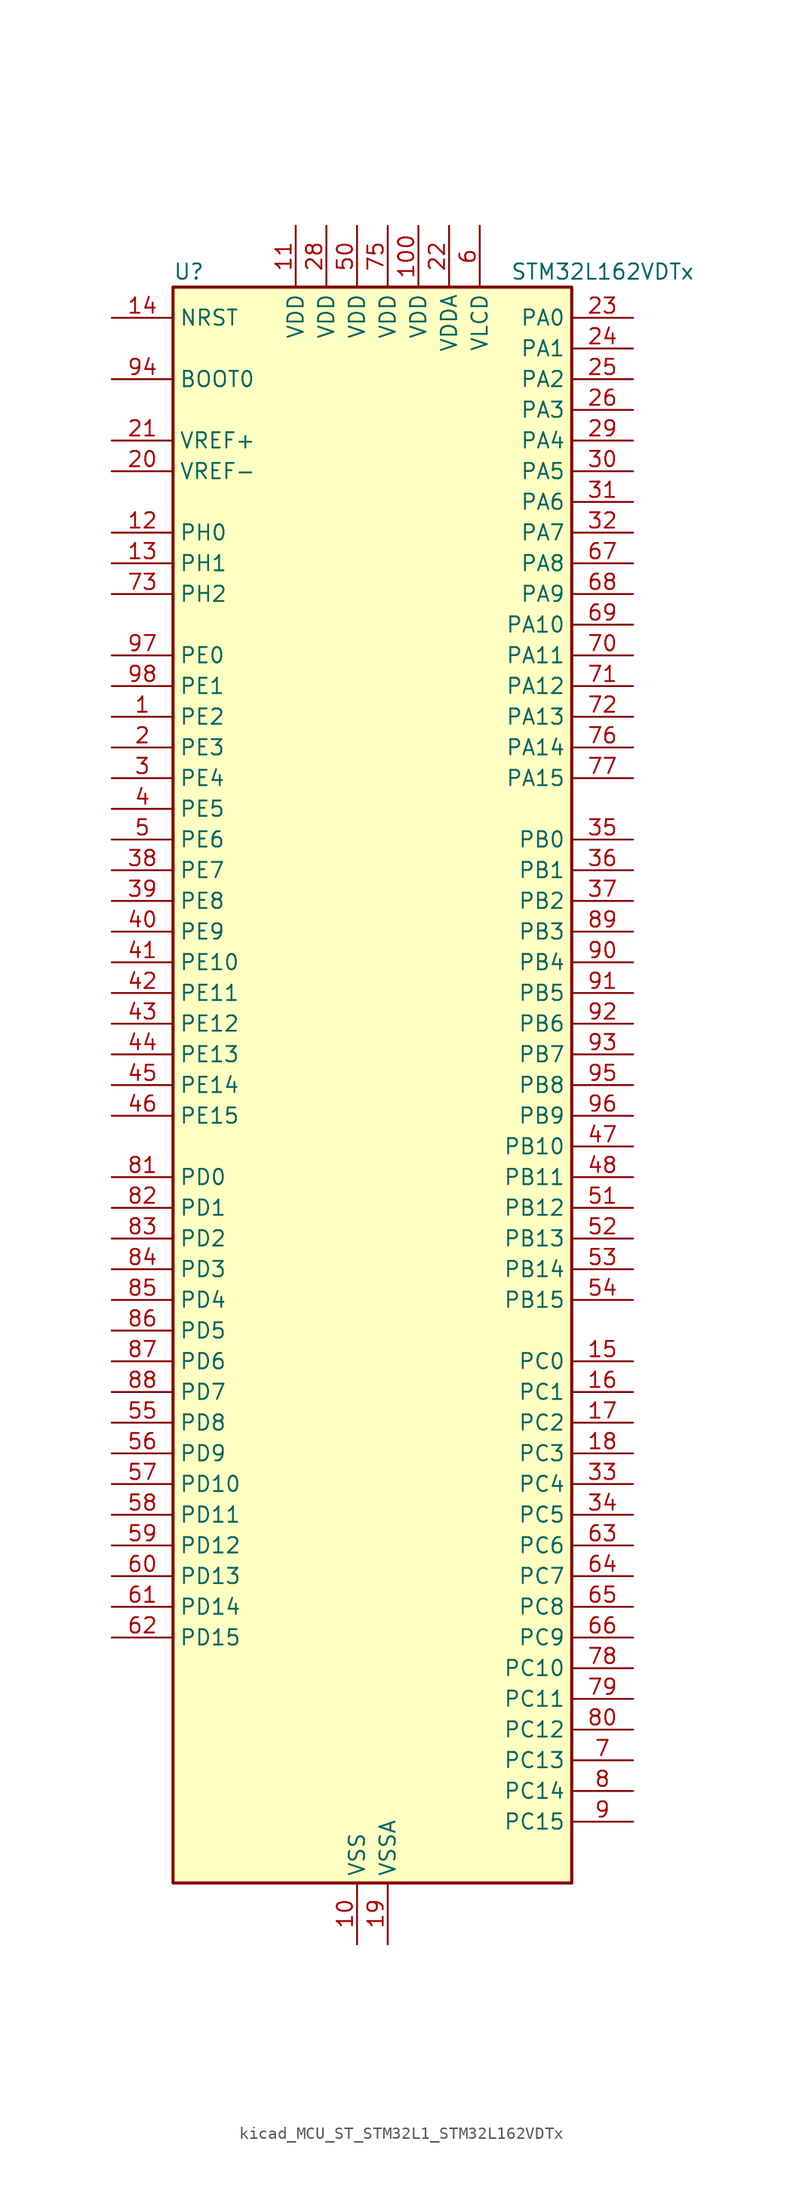
<source format=kicad_sym>
(kicad_symbol_lib
  (version 20220914)
  (generator kicad_symbol_editor)
  (symbol "kicad_MCU_ST_STM32L1_STM32L162VDTx"
    (property "Reference" "U"
      (at -15.24 67.31 0)
      (effects (font (size 1.27 1.27)) (justify left)))
    (property "Value" "STM32L162VDTx"
      (at 12.7 67.31 0)
      (effects (font (size 1.27 1.27)) (justify left)))
    (property "ki_locked" ""
      (at 0 0 0)
      (effects (font (size 1.27 1.27))))
    (symbol "kicad_MCU_ST_STM32L1_STM32L162VDTx_0_1"
      (rectangle (start -15.24 -66.04) (end 17.78 66.04) (stroke (width 0.254) (type default)) (fill (type background))))
    (symbol "kicad_MCU_ST_STM32L1_STM32L162VDTx_1_1"
      (pin bidirectional line (at -20.32 30.48 0) (length 5.08) (name "PE2" (effects (font (size 1.27 1.27)))) (number "1" (effects (font (size 1.27 1.27)))) (alternate "FSMC_A23" bidirectional line) (alternate "LCD_SEG38" bidirectional line) (alternate "SYS_TRACECK" bidirectional line) (alternate "TIM3_ETR" bidirectional line) (alternate "TIMX_IC3" bidirectional line))
      (pin power_in line (at 0 -71.12 90) (length 5.08) (name "VSS" (effects (font (size 1.27 1.27)))) (number "10" (effects (font (size 1.27 1.27)))))
      (pin power_in line (at 5.08 71.12 270) (length 5.08) (name "VDD" (effects (font (size 1.27 1.27)))) (number "100" (effects (font (size 1.27 1.27)))))
      (pin power_in line (at -5.08 71.12 270) (length 5.08) (name "VDD" (effects (font (size 1.27 1.27)))) (number "11" (effects (font (size 1.27 1.27)))))
      (pin bidirectional line (at -20.32 45.72 0) (length 5.08) (name "PH0" (effects (font (size 1.27 1.27)))) (number "12" (effects (font (size 1.27 1.27)))) (alternate "RCC_OSC_IN" bidirectional line))
      (pin bidirectional line (at -20.32 43.18 0) (length 5.08) (name "PH1" (effects (font (size 1.27 1.27)))) (number "13" (effects (font (size 1.27 1.27)))) (alternate "RCC_OSC_OUT" bidirectional line))
      (pin input line (at -20.32 63.5 0) (length 5.08) (name "NRST" (effects (font (size 1.27 1.27)))) (number "14" (effects (font (size 1.27 1.27)))))
      (pin bidirectional line (at 22.86 -22.86 180) (length 5.08) (name "PC0" (effects (font (size 1.27 1.27)))) (number "15" (effects (font (size 1.27 1.27)))) (alternate "ADC_IN10" bidirectional line) (alternate "COMP1_INP" bidirectional line) (alternate "LCD_SEG18" bidirectional line) (alternate "TIMX_IC1" bidirectional line) (alternate "TS_G8_IO1" bidirectional line))
      (pin bidirectional line (at 22.86 -25.4 180) (length 5.08) (name "PC1" (effects (font (size 1.27 1.27)))) (number "16" (effects (font (size 1.27 1.27)))) (alternate "ADC_IN11" bidirectional line) (alternate "COMP1_INP" bidirectional line) (alternate "LCD_SEG19" bidirectional line) (alternate "OPAMP3_VINP" bidirectional line) (alternate "TIMX_IC2" bidirectional line) (alternate "TS_G8_IO2" bidirectional line))
      (pin bidirectional line (at 22.86 -27.94 180) (length 5.08) (name "PC2" (effects (font (size 1.27 1.27)))) (number "17" (effects (font (size 1.27 1.27)))) (alternate "ADC_IN12" bidirectional line) (alternate "COMP1_INP" bidirectional line) (alternate "LCD_SEG20" bidirectional line) (alternate "OPAMP3_VINM" bidirectional line) (alternate "TIMX_IC3" bidirectional line) (alternate "TS_G8_IO3" bidirectional line))
      (pin bidirectional line (at 22.86 -30.48 180) (length 5.08) (name "PC3" (effects (font (size 1.27 1.27)))) (number "18" (effects (font (size 1.27 1.27)))) (alternate "ADC_IN13" bidirectional line) (alternate "COMP1_INP" bidirectional line) (alternate "LCD_SEG21" bidirectional line) (alternate "OPAMP3_VOUT" bidirectional line) (alternate "TIMX_IC4" bidirectional line) (alternate "TS_G8_IO4" bidirectional line))
      (pin power_in line (at 2.54 -71.12 90) (length 5.08) (name "VSSA" (effects (font (size 1.27 1.27)))) (number "19" (effects (font (size 1.27 1.27)))))
      (pin bidirectional line (at -20.32 27.94 0) (length 5.08) (name "PE3" (effects (font (size 1.27 1.27)))) (number "2" (effects (font (size 1.27 1.27)))) (alternate "FSMC_A19" bidirectional line) (alternate "LCD_SEG39" bidirectional line) (alternate "SYS_TRACED0" bidirectional line) (alternate "TIM3_CH1" bidirectional line) (alternate "TIMX_IC4" bidirectional line))
      (pin input line (at -20.32 50.8 0) (length 5.08) (name "VREF-" (effects (font (size 1.27 1.27)))) (number "20" (effects (font (size 1.27 1.27)))))
      (pin input line (at -20.32 53.34 0) (length 5.08) (name "VREF+" (effects (font (size 1.27 1.27)))) (number "21" (effects (font (size 1.27 1.27)))))
      (pin power_in line (at 7.62 71.12 270) (length 5.08) (name "VDDA" (effects (font (size 1.27 1.27)))) (number "22" (effects (font (size 1.27 1.27)))))
      (pin bidirectional line (at 22.86 63.5 180) (length 5.08) (name "PA0" (effects (font (size 1.27 1.27)))) (number "23" (effects (font (size 1.27 1.27)))) (alternate "ADC_IN0" bidirectional line) (alternate "COMP1_INP" bidirectional line) (alternate "RTC_TAMP2" bidirectional line) (alternate "SYS_WKUP1" bidirectional line) (alternate "TIM2_CH1" bidirectional line) (alternate "TIM2_ETR" bidirectional line) (alternate "TIM5_CH1" bidirectional line) (alternate "TIMX_IC1" bidirectional line) (alternate "TS_G1_IO1" bidirectional line) (alternate "USART2_CTS" bidirectional line))
      (pin bidirectional line (at 22.86 60.96 180) (length 5.08) (name "PA1" (effects (font (size 1.27 1.27)))) (number "24" (effects (font (size 1.27 1.27)))) (alternate "ADC_IN1" bidirectional line) (alternate "COMP1_INP" bidirectional line) (alternate "LCD_SEG0" bidirectional line) (alternate "OPAMP1_VINP" bidirectional line) (alternate "TIM2_CH2" bidirectional line) (alternate "TIM5_CH2" bidirectional line) (alternate "TIMX_IC2" bidirectional line) (alternate "TS_G1_IO2" bidirectional line) (alternate "USART2_RTS" bidirectional line))
      (pin bidirectional line (at 22.86 58.42 180) (length 5.08) (name "PA2" (effects (font (size 1.27 1.27)))) (number "25" (effects (font (size 1.27 1.27)))) (alternate "ADC_IN2" bidirectional line) (alternate "COMP1_INP" bidirectional line) (alternate "LCD_SEG1" bidirectional line) (alternate "OPAMP1_VINM" bidirectional line) (alternate "TIM2_CH3" bidirectional line) (alternate "TIM5_CH3" bidirectional line) (alternate "TIM9_CH1" bidirectional line) (alternate "TIMX_IC3" bidirectional line) (alternate "TS_G1_IO3" bidirectional line) (alternate "USART2_TX" bidirectional line))
      (pin bidirectional line (at 22.86 55.88 180) (length 5.08) (name "PA3" (effects (font (size 1.27 1.27)))) (number "26" (effects (font (size 1.27 1.27)))) (alternate "ADC_IN3" bidirectional line) (alternate "COMP1_INP" bidirectional line) (alternate "LCD_SEG2" bidirectional line) (alternate "OPAMP1_VOUT" bidirectional line) (alternate "TIM2_CH4" bidirectional line) (alternate "TIM5_CH4" bidirectional line) (alternate "TIM9_CH2" bidirectional line) (alternate "TIMX_IC4" bidirectional line) (alternate "TS_G1_IO4" bidirectional line) (alternate "USART2_RX" bidirectional line))
      (pin passive line (at 0 -71.12 90) (length 5.08) hide (name "VSS" (effects (font (size 1.27 1.27)))) (number "27" (effects (font (size 1.27 1.27)))))
      (pin power_in line (at -2.54 71.12 270) (length 5.08) (name "VDD" (effects (font (size 1.27 1.27)))) (number "28" (effects (font (size 1.27 1.27)))))
      (pin bidirectional line (at 22.86 53.34 180) (length 5.08) (name "PA4" (effects (font (size 1.27 1.27)))) (number "29" (effects (font (size 1.27 1.27)))) (alternate "ADC_IN4" bidirectional line) (alternate "COMP1_INP" bidirectional line) (alternate "DAC_OUT1" bidirectional line) (alternate "I2S3_WS" bidirectional line) (alternate "SPI1_NSS" bidirectional line) (alternate "SPI3_NSS" bidirectional line) (alternate "TIMX_IC1" bidirectional line) (alternate "USART2_CK" bidirectional line))
      (pin bidirectional line (at -20.32 25.4 0) (length 5.08) (name "PE4" (effects (font (size 1.27 1.27)))) (number "3" (effects (font (size 1.27 1.27)))) (alternate "FSMC_A20" bidirectional line) (alternate "SYS_TRACED1" bidirectional line) (alternate "TIM3_CH2" bidirectional line) (alternate "TIMX_IC1" bidirectional line))
      (pin bidirectional line (at 22.86 50.8 180) (length 5.08) (name "PA5" (effects (font (size 1.27 1.27)))) (number "30" (effects (font (size 1.27 1.27)))) (alternate "ADC_IN5" bidirectional line) (alternate "COMP1_INP" bidirectional line) (alternate "DAC_OUT2" bidirectional line) (alternate "SPI1_SCK" bidirectional line) (alternate "TIM2_CH1" bidirectional line) (alternate "TIM2_ETR" bidirectional line) (alternate "TIMX_IC2" bidirectional line))
      (pin bidirectional line (at 22.86 48.26 180) (length 5.08) (name "PA6" (effects (font (size 1.27 1.27)))) (number "31" (effects (font (size 1.27 1.27)))) (alternate "ADC_IN6" bidirectional line) (alternate "COMP1_INP" bidirectional line) (alternate "LCD_SEG3" bidirectional line) (alternate "OPAMP2_VINP" bidirectional line) (alternate "SPI1_MISO" bidirectional line) (alternate "TIM10_CH1" bidirectional line) (alternate "TIM3_CH1" bidirectional line) (alternate "TIMX_IC3" bidirectional line) (alternate "TS_G2_IO1" bidirectional line))
      (pin bidirectional line (at 22.86 45.72 180) (length 5.08) (name "PA7" (effects (font (size 1.27 1.27)))) (number "32" (effects (font (size 1.27 1.27)))) (alternate "ADC_IN7" bidirectional line) (alternate "COMP1_INP" bidirectional line) (alternate "LCD_SEG4" bidirectional line) (alternate "OPAMP2_VINM" bidirectional line) (alternate "SPI1_MOSI" bidirectional line) (alternate "TIM11_CH1" bidirectional line) (alternate "TIM3_CH2" bidirectional line) (alternate "TIMX_IC4" bidirectional line) (alternate "TS_G2_IO2" bidirectional line))
      (pin bidirectional line (at 22.86 -33.02 180) (length 5.08) (name "PC4" (effects (font (size 1.27 1.27)))) (number "33" (effects (font (size 1.27 1.27)))) (alternate "ADC_IN14" bidirectional line) (alternate "COMP1_INP" bidirectional line) (alternate "LCD_SEG22" bidirectional line) (alternate "TIMX_IC1" bidirectional line) (alternate "TS_G9_IO1" bidirectional line))
      (pin bidirectional line (at 22.86 -35.56 180) (length 5.08) (name "PC5" (effects (font (size 1.27 1.27)))) (number "34" (effects (font (size 1.27 1.27)))) (alternate "ADC_IN15" bidirectional line) (alternate "COMP1_INP" bidirectional line) (alternate "LCD_SEG23" bidirectional line) (alternate "TIMX_IC2" bidirectional line) (alternate "TS_G9_IO2" bidirectional line))
      (pin bidirectional line (at 22.86 20.32 180) (length 5.08) (name "PB0" (effects (font (size 1.27 1.27)))) (number "35" (effects (font (size 1.27 1.27)))) (alternate "ADC_IN8" bidirectional line) (alternate "COMP1_INP" bidirectional line) (alternate "LCD_SEG5" bidirectional line) (alternate "OPAMP2_VOUT" bidirectional line) (alternate "SYS_V_REF_OUT" bidirectional line) (alternate "TIM3_CH3" bidirectional line) (alternate "TS_G3_IO1" bidirectional line))
      (pin bidirectional line (at 22.86 17.78 180) (length 5.08) (name "PB1" (effects (font (size 1.27 1.27)))) (number "36" (effects (font (size 1.27 1.27)))) (alternate "ADC_IN9" bidirectional line) (alternate "COMP1_INP" bidirectional line) (alternate "LCD_SEG6" bidirectional line) (alternate "SYS_V_REF_OUT" bidirectional line) (alternate "TIM3_CH4" bidirectional line) (alternate "TS_G3_IO2" bidirectional line))
      (pin bidirectional line (at 22.86 15.24 180) (length 5.08) (name "PB2" (effects (font (size 1.27 1.27)))) (number "37" (effects (font (size 1.27 1.27)))) (alternate "TS_G3_IO3" bidirectional line))
      (pin bidirectional line (at -20.32 17.78 0) (length 5.08) (name "PE7" (effects (font (size 1.27 1.27)))) (number "38" (effects (font (size 1.27 1.27)))) (alternate "ADC_IN22" bidirectional line) (alternate "COMP1_INP" bidirectional line) (alternate "FSMC_D4" bidirectional line) (alternate "FSMC_DA4" bidirectional line) (alternate "TIMX_IC4" bidirectional line))
      (pin bidirectional line (at -20.32 15.24 0) (length 5.08) (name "PE8" (effects (font (size 1.27 1.27)))) (number "39" (effects (font (size 1.27 1.27)))) (alternate "ADC_IN23" bidirectional line) (alternate "COMP1_INP" bidirectional line) (alternate "FSMC_D5" bidirectional line) (alternate "FSMC_DA5" bidirectional line) (alternate "TIMX_IC1" bidirectional line))
      (pin bidirectional line (at -20.32 22.86 0) (length 5.08) (name "PE5" (effects (font (size 1.27 1.27)))) (number "4" (effects (font (size 1.27 1.27)))) (alternate "FSMC_A21" bidirectional line) (alternate "SYS_TRACED2" bidirectional line) (alternate "TIM9_CH1" bidirectional line) (alternate "TIMX_IC2" bidirectional line))
      (pin bidirectional line (at -20.32 12.7 0) (length 5.08) (name "PE9" (effects (font (size 1.27 1.27)))) (number "40" (effects (font (size 1.27 1.27)))) (alternate "ADC_IN24" bidirectional line) (alternate "COMP1_INP" bidirectional line) (alternate "DAC_EXTI9" bidirectional line) (alternate "FSMC_D6" bidirectional line) (alternate "FSMC_DA6" bidirectional line) (alternate "TIM2_CH1" bidirectional line) (alternate "TIM2_ETR" bidirectional line) (alternate "TIMX_IC2" bidirectional line))
      (pin bidirectional line (at -20.32 10.16 0) (length 5.08) (name "PE10" (effects (font (size 1.27 1.27)))) (number "41" (effects (font (size 1.27 1.27)))) (alternate "ADC_IN25" bidirectional line) (alternate "COMP1_INP" bidirectional line) (alternate "FSMC_D7" bidirectional line) (alternate "FSMC_DA7" bidirectional line) (alternate "TIM2_CH2" bidirectional line) (alternate "TIMX_IC3" bidirectional line))
      (pin bidirectional line (at -20.32 7.62 0) (length 5.08) (name "PE11" (effects (font (size 1.27 1.27)))) (number "42" (effects (font (size 1.27 1.27)))) (alternate "ADC_EXTI11" bidirectional line) (alternate "FSMC_D8" bidirectional line) (alternate "FSMC_DA8" bidirectional line) (alternate "TIM2_CH3" bidirectional line) (alternate "TIMX_IC4" bidirectional line))
      (pin bidirectional line (at -20.32 5.08 0) (length 5.08) (name "PE12" (effects (font (size 1.27 1.27)))) (number "43" (effects (font (size 1.27 1.27)))) (alternate "FSMC_D9" bidirectional line) (alternate "FSMC_DA9" bidirectional line) (alternate "SPI1_NSS" bidirectional line) (alternate "TIM2_CH4" bidirectional line) (alternate "TIMX_IC1" bidirectional line))
      (pin bidirectional line (at -20.32 2.54 0) (length 5.08) (name "PE13" (effects (font (size 1.27 1.27)))) (number "44" (effects (font (size 1.27 1.27)))) (alternate "FSMC_D10" bidirectional line) (alternate "FSMC_DA10" bidirectional line) (alternate "SPI1_SCK" bidirectional line) (alternate "TIMX_IC2" bidirectional line))
      (pin bidirectional line (at -20.32 0 0) (length 5.08) (name "PE14" (effects (font (size 1.27 1.27)))) (number "45" (effects (font (size 1.27 1.27)))) (alternate "FSMC_D11" bidirectional line) (alternate "FSMC_DA11" bidirectional line) (alternate "SPI1_MISO" bidirectional line) (alternate "TIMX_IC3" bidirectional line))
      (pin bidirectional line (at -20.32 -2.54 0) (length 5.08) (name "PE15" (effects (font (size 1.27 1.27)))) (number "46" (effects (font (size 1.27 1.27)))) (alternate "ADC_EXTI15" bidirectional line) (alternate "FSMC_D12" bidirectional line) (alternate "FSMC_DA12" bidirectional line) (alternate "SPI1_MOSI" bidirectional line) (alternate "TIMX_IC4" bidirectional line))
      (pin bidirectional line (at 22.86 -5.08 180) (length 5.08) (name "PB10" (effects (font (size 1.27 1.27)))) (number "47" (effects (font (size 1.27 1.27)))) (alternate "I2C2_SCL" bidirectional line) (alternate "LCD_SEG10" bidirectional line) (alternate "TIM2_CH3" bidirectional line) (alternate "USART3_TX" bidirectional line))
      (pin bidirectional line (at 22.86 -7.62 180) (length 5.08) (name "PB11" (effects (font (size 1.27 1.27)))) (number "48" (effects (font (size 1.27 1.27)))) (alternate "ADC_EXTI11" bidirectional line) (alternate "I2C2_SDA" bidirectional line) (alternate "LCD_SEG11" bidirectional line) (alternate "TIM2_CH4" bidirectional line) (alternate "USART3_RX" bidirectional line))
      (pin passive line (at 0 -71.12 90) (length 5.08) hide (name "VSS" (effects (font (size 1.27 1.27)))) (number "49" (effects (font (size 1.27 1.27)))))
      (pin bidirectional line (at -20.32 20.32 0) (length 5.08) (name "PE6" (effects (font (size 1.27 1.27)))) (number "5" (effects (font (size 1.27 1.27)))) (alternate "RTC_TAMP3" bidirectional line) (alternate "SYS_TRACED3" bidirectional line) (alternate "SYS_WKUP3" bidirectional line) (alternate "TIM9_CH2" bidirectional line) (alternate "TIMX_IC3" bidirectional line))
      (pin power_in line (at 0 71.12 270) (length 5.08) (name "VDD" (effects (font (size 1.27 1.27)))) (number "50" (effects (font (size 1.27 1.27)))))
      (pin bidirectional line (at 22.86 -10.16 180) (length 5.08) (name "PB12" (effects (font (size 1.27 1.27)))) (number "51" (effects (font (size 1.27 1.27)))) (alternate "ADC_IN18" bidirectional line) (alternate "COMP1_INP" bidirectional line) (alternate "I2C2_SMBA" bidirectional line) (alternate "I2S2_WS" bidirectional line) (alternate "LCD_SEG12" bidirectional line) (alternate "SPI2_NSS" bidirectional line) (alternate "TIM10_CH1" bidirectional line) (alternate "TS_G7_IO1" bidirectional line) (alternate "USART3_CK" bidirectional line))
      (pin bidirectional line (at 22.86 -12.7 180) (length 5.08) (name "PB13" (effects (font (size 1.27 1.27)))) (number "52" (effects (font (size 1.27 1.27)))) (alternate "ADC_IN19" bidirectional line) (alternate "COMP1_INP" bidirectional line) (alternate "I2S2_CK" bidirectional line) (alternate "LCD_SEG13" bidirectional line) (alternate "SPI2_SCK" bidirectional line) (alternate "TIM9_CH1" bidirectional line) (alternate "TS_G7_IO2" bidirectional line) (alternate "USART3_CTS" bidirectional line))
      (pin bidirectional line (at 22.86 -15.24 180) (length 5.08) (name "PB14" (effects (font (size 1.27 1.27)))) (number "53" (effects (font (size 1.27 1.27)))) (alternate "ADC_IN20" bidirectional line) (alternate "COMP1_INP" bidirectional line) (alternate "LCD_SEG14" bidirectional line) (alternate "SPI2_MISO" bidirectional line) (alternate "TIM9_CH2" bidirectional line) (alternate "TS_G7_IO3" bidirectional line) (alternate "USART3_RTS" bidirectional line))
      (pin bidirectional line (at 22.86 -17.78 180) (length 5.08) (name "PB15" (effects (font (size 1.27 1.27)))) (number "54" (effects (font (size 1.27 1.27)))) (alternate "ADC_EXTI15" bidirectional line) (alternate "ADC_IN21" bidirectional line) (alternate "COMP1_INP" bidirectional line) (alternate "I2S2_SD" bidirectional line) (alternate "LCD_SEG15" bidirectional line) (alternate "RTC_REFIN" bidirectional line) (alternate "SPI2_MOSI" bidirectional line) (alternate "TIM11_CH1" bidirectional line) (alternate "TS_G7_IO4" bidirectional line))
      (pin bidirectional line (at -20.32 -27.94 0) (length 5.08) (name "PD8" (effects (font (size 1.27 1.27)))) (number "55" (effects (font (size 1.27 1.27)))) (alternate "FSMC_D13" bidirectional line) (alternate "FSMC_DA13" bidirectional line) (alternate "LCD_SEG28" bidirectional line) (alternate "TIMX_IC1" bidirectional line) (alternate "USART3_TX" bidirectional line))
      (pin bidirectional line (at -20.32 -30.48 0) (length 5.08) (name "PD9" (effects (font (size 1.27 1.27)))) (number "56" (effects (font (size 1.27 1.27)))) (alternate "DAC_EXTI9" bidirectional line) (alternate "FSMC_D14" bidirectional line) (alternate "FSMC_DA14" bidirectional line) (alternate "LCD_SEG29" bidirectional line) (alternate "TIMX_IC2" bidirectional line) (alternate "USART3_RX" bidirectional line))
      (pin bidirectional line (at -20.32 -33.02 0) (length 5.08) (name "PD10" (effects (font (size 1.27 1.27)))) (number "57" (effects (font (size 1.27 1.27)))) (alternate "FSMC_D15" bidirectional line) (alternate "FSMC_DA15" bidirectional line) (alternate "LCD_SEG30" bidirectional line) (alternate "TIMX_IC3" bidirectional line) (alternate "USART3_CK" bidirectional line))
      (pin bidirectional line (at -20.32 -35.56 0) (length 5.08) (name "PD11" (effects (font (size 1.27 1.27)))) (number "58" (effects (font (size 1.27 1.27)))) (alternate "ADC_EXTI11" bidirectional line) (alternate "FSMC_A16" bidirectional line) (alternate "LCD_SEG31" bidirectional line) (alternate "TIMX_IC4" bidirectional line) (alternate "USART3_CTS" bidirectional line))
      (pin bidirectional line (at -20.32 -38.1 0) (length 5.08) (name "PD12" (effects (font (size 1.27 1.27)))) (number "59" (effects (font (size 1.27 1.27)))) (alternate "FSMC_A17" bidirectional line) (alternate "LCD_SEG32" bidirectional line) (alternate "TIM4_CH1" bidirectional line) (alternate "TIMX_IC1" bidirectional line) (alternate "USART3_RTS" bidirectional line))
      (pin power_in line (at 10.16 71.12 270) (length 5.08) (name "VLCD" (effects (font (size 1.27 1.27)))) (number "6" (effects (font (size 1.27 1.27)))))
      (pin bidirectional line (at -20.32 -40.64 0) (length 5.08) (name "PD13" (effects (font (size 1.27 1.27)))) (number "60" (effects (font (size 1.27 1.27)))) (alternate "FSMC_A18" bidirectional line) (alternate "LCD_SEG33" bidirectional line) (alternate "TIM4_CH2" bidirectional line) (alternate "TIMX_IC2" bidirectional line))
      (pin bidirectional line (at -20.32 -43.18 0) (length 5.08) (name "PD14" (effects (font (size 1.27 1.27)))) (number "61" (effects (font (size 1.27 1.27)))) (alternate "FSMC_D0" bidirectional line) (alternate "FSMC_DA0" bidirectional line) (alternate "LCD_SEG34" bidirectional line) (alternate "TIM4_CH3" bidirectional line) (alternate "TIMX_IC3" bidirectional line))
      (pin bidirectional line (at -20.32 -45.72 0) (length 5.08) (name "PD15" (effects (font (size 1.27 1.27)))) (number "62" (effects (font (size 1.27 1.27)))) (alternate "ADC_EXTI15" bidirectional line) (alternate "FSMC_D1" bidirectional line) (alternate "FSMC_DA1" bidirectional line) (alternate "LCD_SEG35" bidirectional line) (alternate "TIM4_CH4" bidirectional line) (alternate "TIMX_IC4" bidirectional line))
      (pin bidirectional line (at 22.86 -38.1 180) (length 5.08) (name "PC6" (effects (font (size 1.27 1.27)))) (number "63" (effects (font (size 1.27 1.27)))) (alternate "I2S2_MCK" bidirectional line) (alternate "LCD_SEG24" bidirectional line) (alternate "SDIO_D6" bidirectional line) (alternate "TIM3_CH1" bidirectional line) (alternate "TIMX_IC3" bidirectional line) (alternate "TS_G10_IO1" bidirectional line))
      (pin bidirectional line (at 22.86 -40.64 180) (length 5.08) (name "PC7" (effects (font (size 1.27 1.27)))) (number "64" (effects (font (size 1.27 1.27)))) (alternate "I2S3_MCK" bidirectional line) (alternate "LCD_SEG25" bidirectional line) (alternate "SDIO_D7" bidirectional line) (alternate "TIM3_CH2" bidirectional line) (alternate "TIMX_IC4" bidirectional line) (alternate "TS_G10_IO2" bidirectional line))
      (pin bidirectional line (at 22.86 -43.18 180) (length 5.08) (name "PC8" (effects (font (size 1.27 1.27)))) (number "65" (effects (font (size 1.27 1.27)))) (alternate "LCD_SEG26" bidirectional line) (alternate "SDIO_D0" bidirectional line) (alternate "TIM3_CH3" bidirectional line) (alternate "TIMX_IC1" bidirectional line) (alternate "TS_G10_IO3" bidirectional line))
      (pin bidirectional line (at 22.86 -45.72 180) (length 5.08) (name "PC9" (effects (font (size 1.27 1.27)))) (number "66" (effects (font (size 1.27 1.27)))) (alternate "DAC_EXTI9" bidirectional line) (alternate "LCD_SEG27" bidirectional line) (alternate "SDIO_D1" bidirectional line) (alternate "TIM3_CH4" bidirectional line) (alternate "TIMX_IC2" bidirectional line) (alternate "TS_G10_IO4" bidirectional line))
      (pin bidirectional line (at 22.86 43.18 180) (length 5.08) (name "PA8" (effects (font (size 1.27 1.27)))) (number "67" (effects (font (size 1.27 1.27)))) (alternate "LCD_COM0" bidirectional line) (alternate "RCC_MCO" bidirectional line) (alternate "TIMX_IC1" bidirectional line) (alternate "TS_G4_IO1" bidirectional line) (alternate "USART1_CK" bidirectional line))
      (pin bidirectional line (at 22.86 40.64 180) (length 5.08) (name "PA9" (effects (font (size 1.27 1.27)))) (number "68" (effects (font (size 1.27 1.27)))) (alternate "DAC_EXTI9" bidirectional line) (alternate "LCD_COM1" bidirectional line) (alternate "TIMX_IC2" bidirectional line) (alternate "TS_G4_IO2" bidirectional line) (alternate "USART1_TX" bidirectional line))
      (pin bidirectional line (at 22.86 38.1 180) (length 5.08) (name "PA10" (effects (font (size 1.27 1.27)))) (number "69" (effects (font (size 1.27 1.27)))) (alternate "LCD_COM2" bidirectional line) (alternate "TIMX_IC3" bidirectional line) (alternate "TS_G4_IO3" bidirectional line) (alternate "USART1_RX" bidirectional line))
      (pin bidirectional line (at 22.86 -55.88 180) (length 5.08) (name "PC13" (effects (font (size 1.27 1.27)))) (number "7" (effects (font (size 1.27 1.27)))) (alternate "RTC_OUT_ALARM" bidirectional line) (alternate "RTC_OUT_CALIB" bidirectional line) (alternate "RTC_TAMP1" bidirectional line) (alternate "RTC_TS" bidirectional line) (alternate "SYS_WKUP2" bidirectional line) (alternate "TIMX_IC2" bidirectional line))
      (pin bidirectional line (at 22.86 35.56 180) (length 5.08) (name "PA11" (effects (font (size 1.27 1.27)))) (number "70" (effects (font (size 1.27 1.27)))) (alternate "ADC_EXTI11" bidirectional line) (alternate "SPI1_MISO" bidirectional line) (alternate "TIMX_IC4" bidirectional line) (alternate "USART1_CTS" bidirectional line) (alternate "USB_DM" bidirectional line))
      (pin bidirectional line (at 22.86 33.02 180) (length 5.08) (name "PA12" (effects (font (size 1.27 1.27)))) (number "71" (effects (font (size 1.27 1.27)))) (alternate "SPI1_MOSI" bidirectional line) (alternate "TIMX_IC1" bidirectional line) (alternate "USART1_RTS" bidirectional line) (alternate "USB_DP" bidirectional line))
      (pin bidirectional line (at 22.86 30.48 180) (length 5.08) (name "PA13" (effects (font (size 1.27 1.27)))) (number "72" (effects (font (size 1.27 1.27)))) (alternate "SYS_JTMS-SWDIO" bidirectional line) (alternate "TIMX_IC2" bidirectional line) (alternate "TS_G5_IO1" bidirectional line))
      (pin bidirectional line (at -20.32 40.64 0) (length 5.08) (name "PH2" (effects (font (size 1.27 1.27)))) (number "73" (effects (font (size 1.27 1.27)))) (alternate "FSMC_A22" bidirectional line))
      (pin passive line (at 0 -71.12 90) (length 5.08) hide (name "VSS" (effects (font (size 1.27 1.27)))) (number "74" (effects (font (size 1.27 1.27)))))
      (pin power_in line (at 2.54 71.12 270) (length 5.08) (name "VDD" (effects (font (size 1.27 1.27)))) (number "75" (effects (font (size 1.27 1.27)))))
      (pin bidirectional line (at 22.86 27.94 180) (length 5.08) (name "PA14" (effects (font (size 1.27 1.27)))) (number "76" (effects (font (size 1.27 1.27)))) (alternate "SYS_JTCK-SWCLK" bidirectional line) (alternate "TIMX_IC3" bidirectional line) (alternate "TS_G5_IO2" bidirectional line))
      (pin bidirectional line (at 22.86 25.4 180) (length 5.08) (name "PA15" (effects (font (size 1.27 1.27)))) (number "77" (effects (font (size 1.27 1.27)))) (alternate "ADC_EXTI15" bidirectional line) (alternate "I2S3_WS" bidirectional line) (alternate "LCD_SEG17" bidirectional line) (alternate "SPI1_NSS" bidirectional line) (alternate "SPI3_NSS" bidirectional line) (alternate "SYS_JTDI" bidirectional line) (alternate "TIM2_CH1" bidirectional line) (alternate "TIM2_ETR" bidirectional line) (alternate "TIMX_IC4" bidirectional line) (alternate "TS_G5_IO3" bidirectional line))
      (pin bidirectional line (at 22.86 -48.26 180) (length 5.08) (name "PC10" (effects (font (size 1.27 1.27)))) (number "78" (effects (font (size 1.27 1.27)))) (alternate "I2S3_CK" bidirectional line) (alternate "LCD_COM4" bidirectional line) (alternate "LCD_SEG28" bidirectional line) (alternate "LCD_SEG40" bidirectional line) (alternate "SDIO_D2" bidirectional line) (alternate "SPI3_SCK" bidirectional line) (alternate "TIMX_IC3" bidirectional line) (alternate "UART4_TX" bidirectional line) (alternate "USART3_TX" bidirectional line))
      (pin bidirectional line (at 22.86 -50.8 180) (length 5.08) (name "PC11" (effects (font (size 1.27 1.27)))) (number "79" (effects (font (size 1.27 1.27)))) (alternate "ADC_EXTI11" bidirectional line) (alternate "LCD_COM5" bidirectional line) (alternate "LCD_SEG29" bidirectional line) (alternate "LCD_SEG41" bidirectional line) (alternate "SDIO_D3" bidirectional line) (alternate "SPI3_MISO" bidirectional line) (alternate "TIMX_IC4" bidirectional line) (alternate "UART4_RX" bidirectional line) (alternate "USART3_RX" bidirectional line))
      (pin bidirectional line (at 22.86 -58.42 180) (length 5.08) (name "PC14" (effects (font (size 1.27 1.27)))) (number "8" (effects (font (size 1.27 1.27)))) (alternate "RCC_OSC32_IN" bidirectional line) (alternate "TIMX_IC3" bidirectional line))
      (pin bidirectional line (at 22.86 -53.34 180) (length 5.08) (name "PC12" (effects (font (size 1.27 1.27)))) (number "80" (effects (font (size 1.27 1.27)))) (alternate "I2S3_SD" bidirectional line) (alternate "LCD_COM6" bidirectional line) (alternate "LCD_SEG30" bidirectional line) (alternate "LCD_SEG42" bidirectional line) (alternate "SDIO_CK" bidirectional line) (alternate "SPI3_MOSI" bidirectional line) (alternate "TIMX_IC1" bidirectional line) (alternate "UART5_TX" bidirectional line) (alternate "USART3_CK" bidirectional line))
      (pin bidirectional line (at -20.32 -7.62 0) (length 5.08) (name "PD0" (effects (font (size 1.27 1.27)))) (number "81" (effects (font (size 1.27 1.27)))) (alternate "FSMC_D2" bidirectional line) (alternate "FSMC_DA2" bidirectional line) (alternate "I2S2_WS" bidirectional line) (alternate "SPI2_NSS" bidirectional line) (alternate "TIM9_CH1" bidirectional line) (alternate "TIMX_IC1" bidirectional line))
      (pin bidirectional line (at -20.32 -10.16 0) (length 5.08) (name "PD1" (effects (font (size 1.27 1.27)))) (number "82" (effects (font (size 1.27 1.27)))) (alternate "FSMC_D3" bidirectional line) (alternate "FSMC_DA3" bidirectional line) (alternate "I2S2_CK" bidirectional line) (alternate "SPI2_SCK" bidirectional line) (alternate "TIMX_IC2" bidirectional line))
      (pin bidirectional line (at -20.32 -12.7 0) (length 5.08) (name "PD2" (effects (font (size 1.27 1.27)))) (number "83" (effects (font (size 1.27 1.27)))) (alternate "LCD_COM7" bidirectional line) (alternate "LCD_SEG31" bidirectional line) (alternate "LCD_SEG43" bidirectional line) (alternate "SDIO_CMD" bidirectional line) (alternate "TIM3_ETR" bidirectional line) (alternate "TIMX_IC3" bidirectional line) (alternate "UART5_RX" bidirectional line))
      (pin bidirectional line (at -20.32 -15.24 0) (length 5.08) (name "PD3" (effects (font (size 1.27 1.27)))) (number "84" (effects (font (size 1.27 1.27)))) (alternate "FSMC_CLK" bidirectional line) (alternate "SPI2_MISO" bidirectional line) (alternate "TIMX_IC4" bidirectional line) (alternate "USART2_CTS" bidirectional line))
      (pin bidirectional line (at -20.32 -17.78 0) (length 5.08) (name "PD4" (effects (font (size 1.27 1.27)))) (number "85" (effects (font (size 1.27 1.27)))) (alternate "FSMC_NOE" bidirectional line) (alternate "I2S2_SD" bidirectional line) (alternate "SPI2_MOSI" bidirectional line) (alternate "TIMX_IC1" bidirectional line) (alternate "USART2_RTS" bidirectional line))
      (pin bidirectional line (at -20.32 -20.32 0) (length 5.08) (name "PD5" (effects (font (size 1.27 1.27)))) (number "86" (effects (font (size 1.27 1.27)))) (alternate "FSMC_NWE" bidirectional line) (alternate "TIMX_IC2" bidirectional line) (alternate "USART2_TX" bidirectional line))
      (pin bidirectional line (at -20.32 -22.86 0) (length 5.08) (name "PD6" (effects (font (size 1.27 1.27)))) (number "87" (effects (font (size 1.27 1.27)))) (alternate "FSMC_NWAIT" bidirectional line) (alternate "TIMX_IC3" bidirectional line) (alternate "USART2_RX" bidirectional line))
      (pin bidirectional line (at -20.32 -25.4 0) (length 5.08) (name "PD7" (effects (font (size 1.27 1.27)))) (number "88" (effects (font (size 1.27 1.27)))) (alternate "FSMC_NE1" bidirectional line) (alternate "TIM9_CH2" bidirectional line) (alternate "TIMX_IC4" bidirectional line) (alternate "USART2_CK" bidirectional line))
      (pin bidirectional line (at 22.86 12.7 180) (length 5.08) (name "PB3" (effects (font (size 1.27 1.27)))) (number "89" (effects (font (size 1.27 1.27)))) (alternate "COMP2_INM" bidirectional line) (alternate "I2S3_CK" bidirectional line) (alternate "LCD_SEG7" bidirectional line) (alternate "SPI1_SCK" bidirectional line) (alternate "SPI3_SCK" bidirectional line) (alternate "SYS_JTDO-TRACESWO" bidirectional line) (alternate "TIM2_CH2" bidirectional line))
      (pin bidirectional line (at 22.86 -60.96 180) (length 5.08) (name "PC15" (effects (font (size 1.27 1.27)))) (number "9" (effects (font (size 1.27 1.27)))) (alternate "ADC_EXTI15" bidirectional line) (alternate "RCC_OSC32_OUT" bidirectional line) (alternate "TIMX_IC4" bidirectional line))
      (pin bidirectional line (at 22.86 10.16 180) (length 5.08) (name "PB4" (effects (font (size 1.27 1.27)))) (number "90" (effects (font (size 1.27 1.27)))) (alternate "COMP2_INP" bidirectional line) (alternate "LCD_SEG8" bidirectional line) (alternate "SPI1_MISO" bidirectional line) (alternate "SPI3_MISO" bidirectional line) (alternate "SYS_JTRST" bidirectional line) (alternate "TIM3_CH1" bidirectional line) (alternate "TS_G6_IO1" bidirectional line))
      (pin bidirectional line (at 22.86 7.62 180) (length 5.08) (name "PB5" (effects (font (size 1.27 1.27)))) (number "91" (effects (font (size 1.27 1.27)))) (alternate "COMP2_INP" bidirectional line) (alternate "I2C1_SMBA" bidirectional line) (alternate "I2S3_SD" bidirectional line) (alternate "LCD_SEG9" bidirectional line) (alternate "SPI1_MOSI" bidirectional line) (alternate "SPI3_MOSI" bidirectional line) (alternate "TIM3_CH2" bidirectional line) (alternate "TS_G6_IO2" bidirectional line))
      (pin bidirectional line (at 22.86 5.08 180) (length 5.08) (name "PB6" (effects (font (size 1.27 1.27)))) (number "92" (effects (font (size 1.27 1.27)))) (alternate "COMP2_INP" bidirectional line) (alternate "I2C1_SCL" bidirectional line) (alternate "TIM4_CH1" bidirectional line) (alternate "TS_G6_IO3" bidirectional line) (alternate "USART1_TX" bidirectional line))
      (pin bidirectional line (at 22.86 2.54 180) (length 5.08) (name "PB7" (effects (font (size 1.27 1.27)))) (number "93" (effects (font (size 1.27 1.27)))) (alternate "COMP2_INP" bidirectional line) (alternate "FSMC_NL" bidirectional line) (alternate "I2C1_SDA" bidirectional line) (alternate "SYS_PVD_IN" bidirectional line) (alternate "TIM4_CH2" bidirectional line) (alternate "TS_G6_IO4" bidirectional line) (alternate "USART1_RX" bidirectional line))
      (pin input line (at -20.32 58.42 0) (length 5.08) (name "BOOT0" (effects (font (size 1.27 1.27)))) (number "94" (effects (font (size 1.27 1.27)))))
      (pin bidirectional line (at 22.86 0 180) (length 5.08) (name "PB8" (effects (font (size 1.27 1.27)))) (number "95" (effects (font (size 1.27 1.27)))) (alternate "I2C1_SCL" bidirectional line) (alternate "LCD_SEG16" bidirectional line) (alternate "SDIO_D4" bidirectional line) (alternate "TIM10_CH1" bidirectional line) (alternate "TIM4_CH3" bidirectional line))
      (pin bidirectional line (at 22.86 -2.54 180) (length 5.08) (name "PB9" (effects (font (size 1.27 1.27)))) (number "96" (effects (font (size 1.27 1.27)))) (alternate "DAC_EXTI9" bidirectional line) (alternate "I2C1_SDA" bidirectional line) (alternate "LCD_COM3" bidirectional line) (alternate "SDIO_D5" bidirectional line) (alternate "TIM11_CH1" bidirectional line) (alternate "TIM4_CH4" bidirectional line))
      (pin bidirectional line (at -20.32 35.56 0) (length 5.08) (name "PE0" (effects (font (size 1.27 1.27)))) (number "97" (effects (font (size 1.27 1.27)))) (alternate "FSMC_NBL0" bidirectional line) (alternate "LCD_SEG36" bidirectional line) (alternate "TIM10_CH1" bidirectional line) (alternate "TIM4_ETR" bidirectional line) (alternate "TIMX_IC1" bidirectional line))
      (pin bidirectional line (at -20.32 33.02 0) (length 5.08) (name "PE1" (effects (font (size 1.27 1.27)))) (number "98" (effects (font (size 1.27 1.27)))) (alternate "FSMC_NBL1" bidirectional line) (alternate "LCD_SEG37" bidirectional line) (alternate "TIM11_CH1" bidirectional line) (alternate "TIMX_IC2" bidirectional line))
      (pin passive line (at 0 -71.12 90) (length 5.08) hide (name "VSS" (effects (font (size 1.27 1.27)))) (number "99" (effects (font (size 1.27 1.27))))))))
</source>
